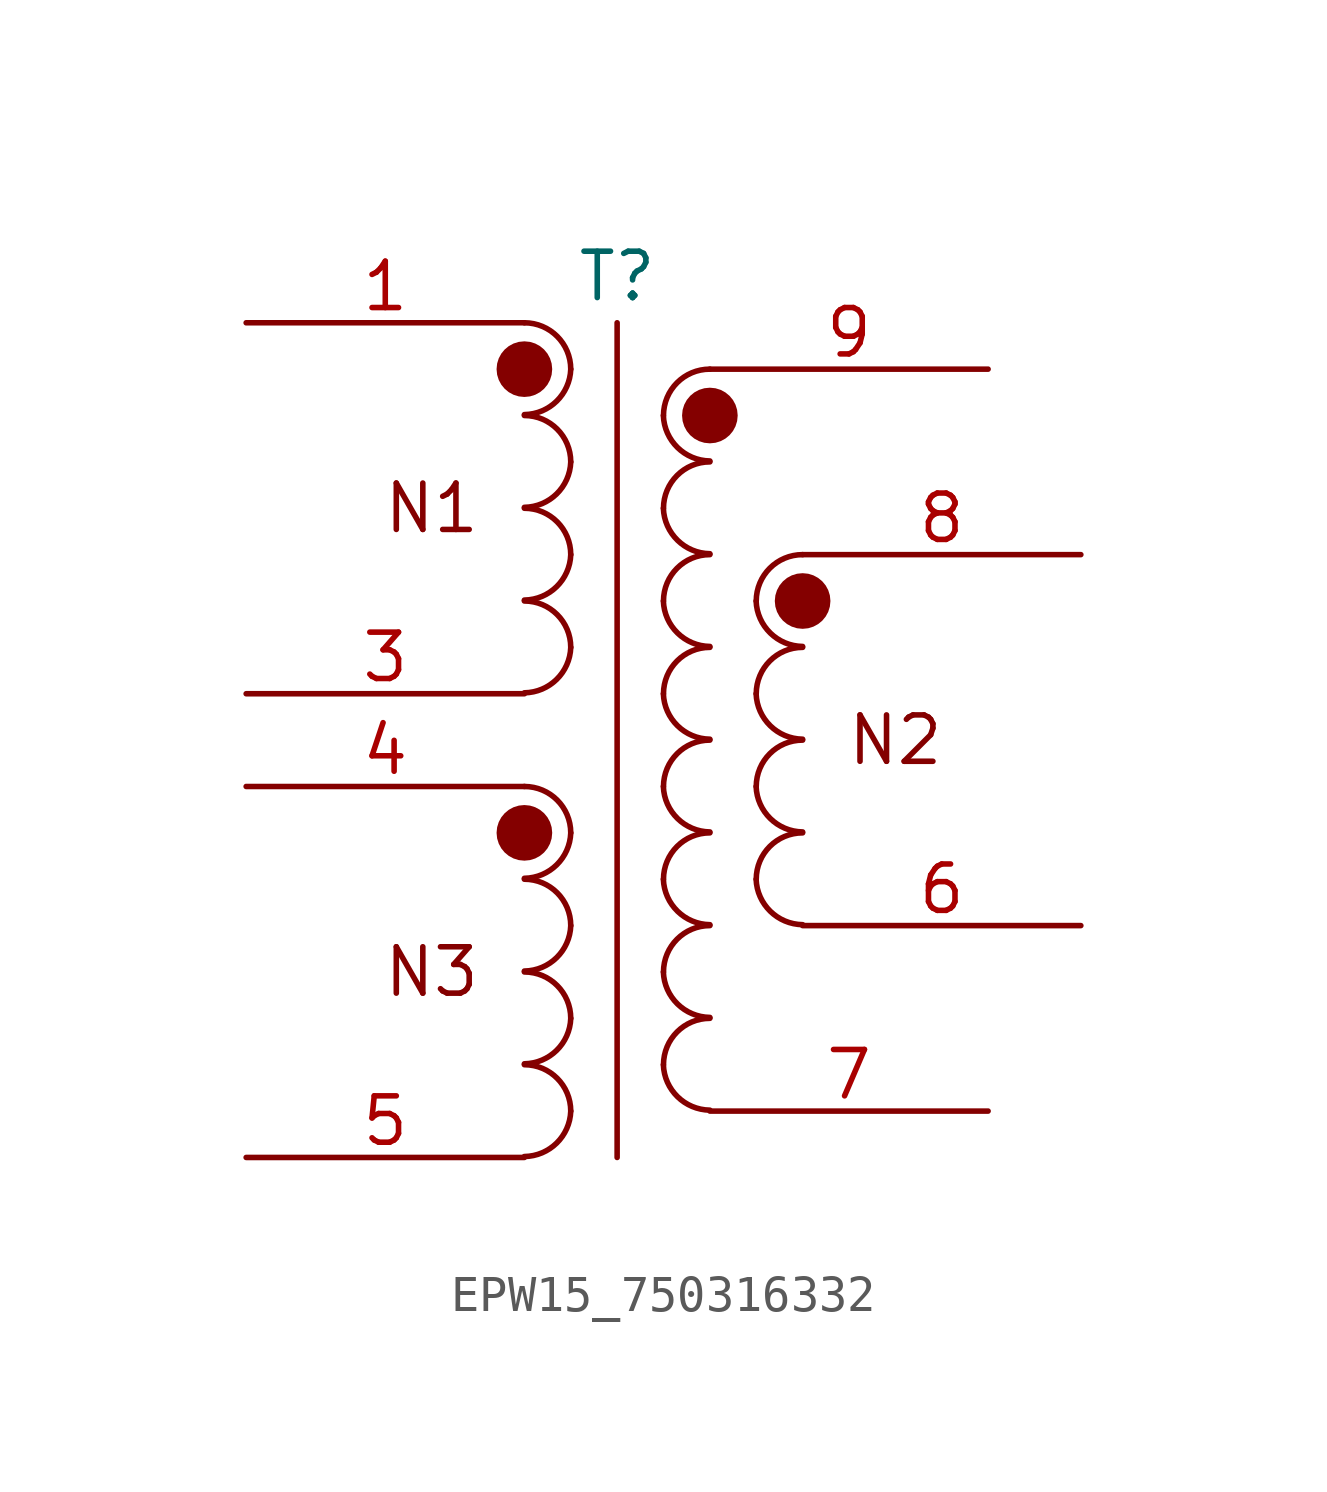
<source format=kicad_sym>
(kicad_symbol_lib
  (version 20220914)
  (generator kicad_symbol_editor)
  (symbol "EPW15_750316332"
    (pin_names hide)
    (property "Reference" "T"
      (at 0 12.7 0)
      (effects (font (size 1.27 1.27))))
    (property "Critical Parameter" ""
      (at 0 -5.08 0)
      (effects (font (size 1.27 1.27)) (justify left)))
    (symbol "EPW15_750316332_0_1"
      (arc (start -2.54 -11.4046) (mid -1.6561 -11.0363) (end -1.27 -10.16) (stroke (width 0) (type default)) (fill (type none)))
      (arc (start -2.54 -8.8646) (mid -1.6561 -8.4963) (end -1.27 -7.62) (stroke (width 0) (type default)) (fill (type none)))
      (arc (start -2.54 -6.3246) (mid -1.6561 -5.9563) (end -1.27 -5.08) (stroke (width 0) (type default)) (fill (type none)))
      (arc (start -2.54 -3.7846) (mid -1.6561 -3.4163) (end -1.27 -2.54) (stroke (width 0) (type default)) (fill (type none)))
      (arc (start -2.54 1.2954) (mid -1.6561 1.6637) (end -1.27 2.54) (stroke (width 0) (type default)) (fill (type none)))
      (arc (start -2.54 3.8354) (mid -1.6561 4.2037) (end -1.27 5.08) (stroke (width 0) (type default)) (fill (type none)))
      (arc (start -2.54 6.3754) (mid -1.6561 6.7437) (end -1.27 7.62) (stroke (width 0) (type default)) (fill (type none)))
      (arc (start -2.54 8.9154) (mid -1.6561 9.2837) (end -1.27 10.16) (stroke (width 0) (type default)) (fill (type none)))
      (arc (start -1.27 -10.16) (mid -1.642 -9.262) (end -2.54 -8.89) (stroke (width 0) (type default)) (fill (type none)))
      (arc (start -1.27 -7.62) (mid -1.642 -6.722) (end -2.54 -6.35) (stroke (width 0) (type default)) (fill (type none)))
      (arc (start -1.27 -5.08) (mid -1.642 -4.182) (end -2.54 -3.81) (stroke (width 0) (type default)) (fill (type none)))
      (arc (start -1.27 -2.54) (mid -1.642 -1.642) (end -2.54 -1.27) (stroke (width 0) (type default)) (fill (type none)))
      (arc (start -1.27 2.54) (mid -1.642 3.438) (end -2.54 3.81) (stroke (width 0) (type default)) (fill (type none)))
      (arc (start -1.27 5.08) (mid -1.642 5.978) (end -2.54 6.35) (stroke (width 0) (type default)) (fill (type none)))
      (arc (start -1.27 7.62) (mid -1.642 8.518) (end -2.54 8.89) (stroke (width 0) (type default)) (fill (type none)))
      (arc (start -1.27 10.16) (mid -1.642 11.058) (end -2.54 11.43) (stroke (width 0) (type default)) (fill (type none)))
      (polyline (pts (xy 0 -11.43) (xy 0 11.43)) (stroke (width 0) (type default)) (fill (type none)))
      (arc (start 1.27 -8.89) (mid 1.656 -9.7664) (end 2.54 -10.1346) (stroke (width 0) (type default)) (fill (type none)))
      (arc (start 1.27 -6.35) (mid 1.656 -7.2264) (end 2.54 -7.5946) (stroke (width 0) (type default)) (fill (type none)))
      (arc (start 1.27 -3.81) (mid 1.656 -4.6864) (end 2.54 -5.0546) (stroke (width 0) (type default)) (fill (type none)))
      (arc (start 1.27 -1.27) (mid 1.656 -2.1464) (end 2.54 -2.5146) (stroke (width 0) (type default)) (fill (type none)))
      (arc (start 1.27 1.27) (mid 1.656 0.3936) (end 2.54 0.0254) (stroke (width 0) (type default)) (fill (type none)))
      (arc (start 1.27 3.81) (mid 1.656 2.9336) (end 2.54 2.5654) (stroke (width 0) (type default)) (fill (type none)))
      (arc (start 1.27 6.35) (mid 1.656 5.4736) (end 2.54 5.1054) (stroke (width 0) (type default)) (fill (type none)))
      (arc (start 1.27 8.89) (mid 1.656 8.0136) (end 2.54 7.6454) (stroke (width 0) (type default)) (fill (type none)))
      (arc (start 2.54 -7.62) (mid 1.642 -7.992) (end 1.27 -8.89) (stroke (width 0) (type default)) (fill (type none)))
      (arc (start 2.54 -5.08) (mid 1.642 -5.452) (end 1.27 -6.35) (stroke (width 0) (type default)) (fill (type none)))
      (arc (start 2.54 -2.54) (mid 1.642 -2.912) (end 1.27 -3.81) (stroke (width 0) (type default)) (fill (type none)))
      (arc (start 2.54 0) (mid 1.642 -0.372) (end 1.27 -1.27) (stroke (width 0) (type default)) (fill (type none)))
      (arc (start 2.54 2.54) (mid 1.642 2.168) (end 1.27 1.27) (stroke (width 0) (type default)) (fill (type none)))
      (arc (start 2.54 5.08) (mid 1.642 4.708) (end 1.27 3.81) (stroke (width 0) (type default)) (fill (type none)))
      (arc (start 2.54 7.62) (mid 1.642 7.248) (end 1.27 6.35) (stroke (width 0) (type default)) (fill (type none)))
      (arc (start 2.54 10.16) (mid 1.642 9.788) (end 1.27 8.89) (stroke (width 0) (type default)) (fill (type none)))
      (arc (start 3.81 -3.81) (mid 4.1961 -4.6863) (end 5.08 -5.0546) (stroke (width 0) (type default)) (fill (type none)))
      (arc (start 3.81 -1.27) (mid 4.1961 -2.1463) (end 5.08 -2.5146) (stroke (width 0) (type default)) (fill (type none)))
      (arc (start 3.81 1.27) (mid 4.1961 0.3937) (end 5.08 0.0254) (stroke (width 0) (type default)) (fill (type none)))
      (arc (start 3.81 3.81) (mid 4.1961 2.9337) (end 5.08 2.5654) (stroke (width 0) (type default)) (fill (type none)))
      (arc (start 5.08 -2.54) (mid 4.182 -2.912) (end 3.81 -3.81) (stroke (width 0) (type default)) (fill (type none)))
      (arc (start 5.08 0) (mid 4.182 -0.372) (end 3.81 -1.27) (stroke (width 0) (type default)) (fill (type none)))
      (arc (start 5.08 2.54) (mid 4.182 2.168) (end 3.81 1.27) (stroke (width 0) (type default)) (fill (type none)))
      (arc (start 5.08 5.08) (mid 4.182 4.708) (end 3.81 3.81) (stroke (width 0) (type default)) (fill (type none))))
    (symbol "EPW15_750316332_1_1"
      (circle (center -2.54 -2.54) (radius 0.0001) (stroke (width 0.762) (type default)) (fill (type none)))
      (circle (center -2.54 10.16) (radius 0.0001) (stroke (width 0.762) (type default)) (fill (type none)))
      (circle (center 2.54 8.89) (radius 0.0001) (stroke (width 0.762) (type default)) (fill (type none)))
      (circle (center 5.08 3.81) (radius 0.0001) (stroke (width 0.762) (type default)) (fill (type none)))
      (text "N1" (at -5.08 6.35 0) (effects (font (size 1.27 1.27))))
      (text "N2" (at 7.62 0 0) (effects (font (size 1.27 1.27))))
      (text "N3" (at -5.08 -6.35 0) (effects (font (size 1.27 1.27))))
      (pin passive line (at -10.16 11.43 0) (length 7.62) (name "1" (effects (font (size 1.27 1.27)))) (number "1" (effects (font (size 1.27 1.27)))))
      (pin passive line (at -10.16 1.27 0) (length 7.62) (name "3" (effects (font (size 1.27 1.27)))) (number "3" (effects (font (size 1.27 1.27)))))
      (pin passive line (at -10.16 -1.27 0) (length 7.62) (name "4" (effects (font (size 1.27 1.27)))) (number "4" (effects (font (size 1.27 1.27)))))
      (pin passive line (at -10.16 -11.43 0) (length 7.62) (name "5" (effects (font (size 1.27 1.27)))) (number "5" (effects (font (size 1.27 1.27)))))
      (pin passive line (at 12.7 -5.08 180) (length 7.62) (name "6" (effects (font (size 1.27 1.27)))) (number "6" (effects (font (size 1.27 1.27)))))
      (pin passive line (at 10.16 -10.16 180) (length 7.62) (name "7" (effects (font (size 1.27 1.27)))) (number "7" (effects (font (size 1.27 1.27)))))
      (pin passive line (at 12.7 5.08 180) (length 7.62) (name "8" (effects (font (size 1.27 1.27)))) (number "8" (effects (font (size 1.27 1.27)))))
      (pin passive line (at 10.16 10.16 180) (length 7.62) (name "9" (effects (font (size 1.27 1.27)))) (number "9" (effects (font (size 1.27 1.27))))))))
</source>
